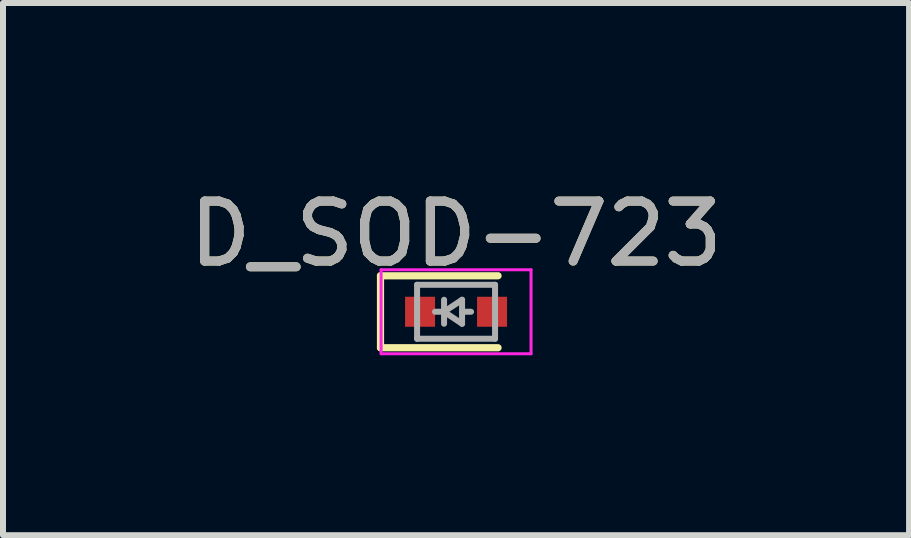
<source format=kicad_pcb>
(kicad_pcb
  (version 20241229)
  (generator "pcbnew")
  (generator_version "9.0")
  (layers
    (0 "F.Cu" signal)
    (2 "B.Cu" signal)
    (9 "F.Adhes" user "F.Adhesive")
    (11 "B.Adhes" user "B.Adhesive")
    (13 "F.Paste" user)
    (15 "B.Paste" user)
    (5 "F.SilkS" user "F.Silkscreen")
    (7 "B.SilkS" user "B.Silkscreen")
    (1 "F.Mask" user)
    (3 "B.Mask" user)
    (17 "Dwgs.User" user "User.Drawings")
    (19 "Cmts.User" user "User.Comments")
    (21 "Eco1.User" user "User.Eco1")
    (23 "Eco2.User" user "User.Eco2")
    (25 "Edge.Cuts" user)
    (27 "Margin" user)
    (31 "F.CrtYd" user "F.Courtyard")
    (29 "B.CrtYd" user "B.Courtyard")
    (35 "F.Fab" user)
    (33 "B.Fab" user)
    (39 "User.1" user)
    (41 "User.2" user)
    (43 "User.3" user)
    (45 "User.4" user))
  (footprint "D_SOD-723"
    (layer "F.Cu")
    (at 4.554 2.148)
    (property "Reference" "D_SOD-723" (at 0 -1.3 0) (layer "F.SilkS") (effects (font (size 1 1) (thickness 0.15))))
    (attr smd)
    (fp_line (start -1.26 -0.6) (end -1.26 0.6) (stroke (width 0.12) (type solid)) (layer "F.SilkS"))
    (fp_line (start 0.7 -0.6) (end -1.26 -0.6) (stroke (width 0.12) (type solid)) (layer "F.SilkS"))
    (fp_line (start 0.7 0.6) (end -1.26 0.6) (stroke (width 0.12) (type solid)) (layer "F.SilkS"))
    (fp_line (start -1.25 -0.7) (end 1.25 -0.7) (stroke (width 0.05) (type solid)) (layer "F.CrtYd"))
    (fp_line (start -1.25 0.7) (end -1.25 -0.7) (stroke (width 0.05) (type solid)) (layer "F.CrtYd"))
    (fp_line (start 1.25 -0.7) (end 1.25 0.7) (stroke (width 0.05) (type solid)) (layer "F.CrtYd"))
    (fp_line (start 1.25 0.7) (end -1.25 0.7) (stroke (width 0.05) (type solid)) (layer "F.CrtYd"))
    (fp_line (start -0.65 -0.45) (end 0.65 -0.45) (stroke (width 0.1) (type solid)) (layer "F.Fab"))
    (fp_line (start -0.65 0.45) (end -0.65 -0.45) (stroke (width 0.1) (type solid)) (layer "F.Fab"))
    (fp_line (start -0.2 0) (end -0.35 0) (stroke (width 0.1) (type solid)) (layer "F.Fab"))
    (fp_line (start -0.2 0) (end 0.1 0.2) (stroke (width 0.1) (type solid)) (layer "F.Fab"))
    (fp_line (start -0.2 0.2) (end -0.2 -0.2) (stroke (width 0.1) (type solid)) (layer "F.Fab"))
    (fp_line (start 0.1 -0.2) (end -0.2 0) (stroke (width 0.1) (type solid)) (layer "F.Fab"))
    (fp_line (start 0.1 0) (end 0.25 0) (stroke (width 0.1) (type solid)) (layer "F.Fab"))
    (fp_line (start 0.1 0.2) (end 0.1 -0.2) (stroke (width 0.1) (type solid)) (layer "F.Fab"))
    (fp_line (start 0.65 -0.45) (end 0.65 0.45) (stroke (width 0.1) (type solid)) (layer "F.Fab"))
    (fp_line (start 0.65 0.45) (end -0.65 0.45) (stroke (width 0.1) (type solid)) (layer "F.Fab"))
    (fp_text user "${REFERENCE}" (at 0 -1.3 0) (layer "F.Fab") (effects (font (size 1 1) (thickness 0.15))))
    (pad "1" smd rect (at -0.6 0 180) (size 0.5 0.5) (layers "F.Cu" "F.Mask" "F.Paste"))
    (pad "2" smd rect (at 0.6 0 180) (size 0.5 0.5) (layers "F.Cu" "F.Mask" "F.Paste")))
  (gr_rect
    (start -3 -3)
    (end 12.107 5.873)
    (stroke (width 0.1) (type default))
    (fill no)
    (layer "Edge.Cuts")))
</source>
